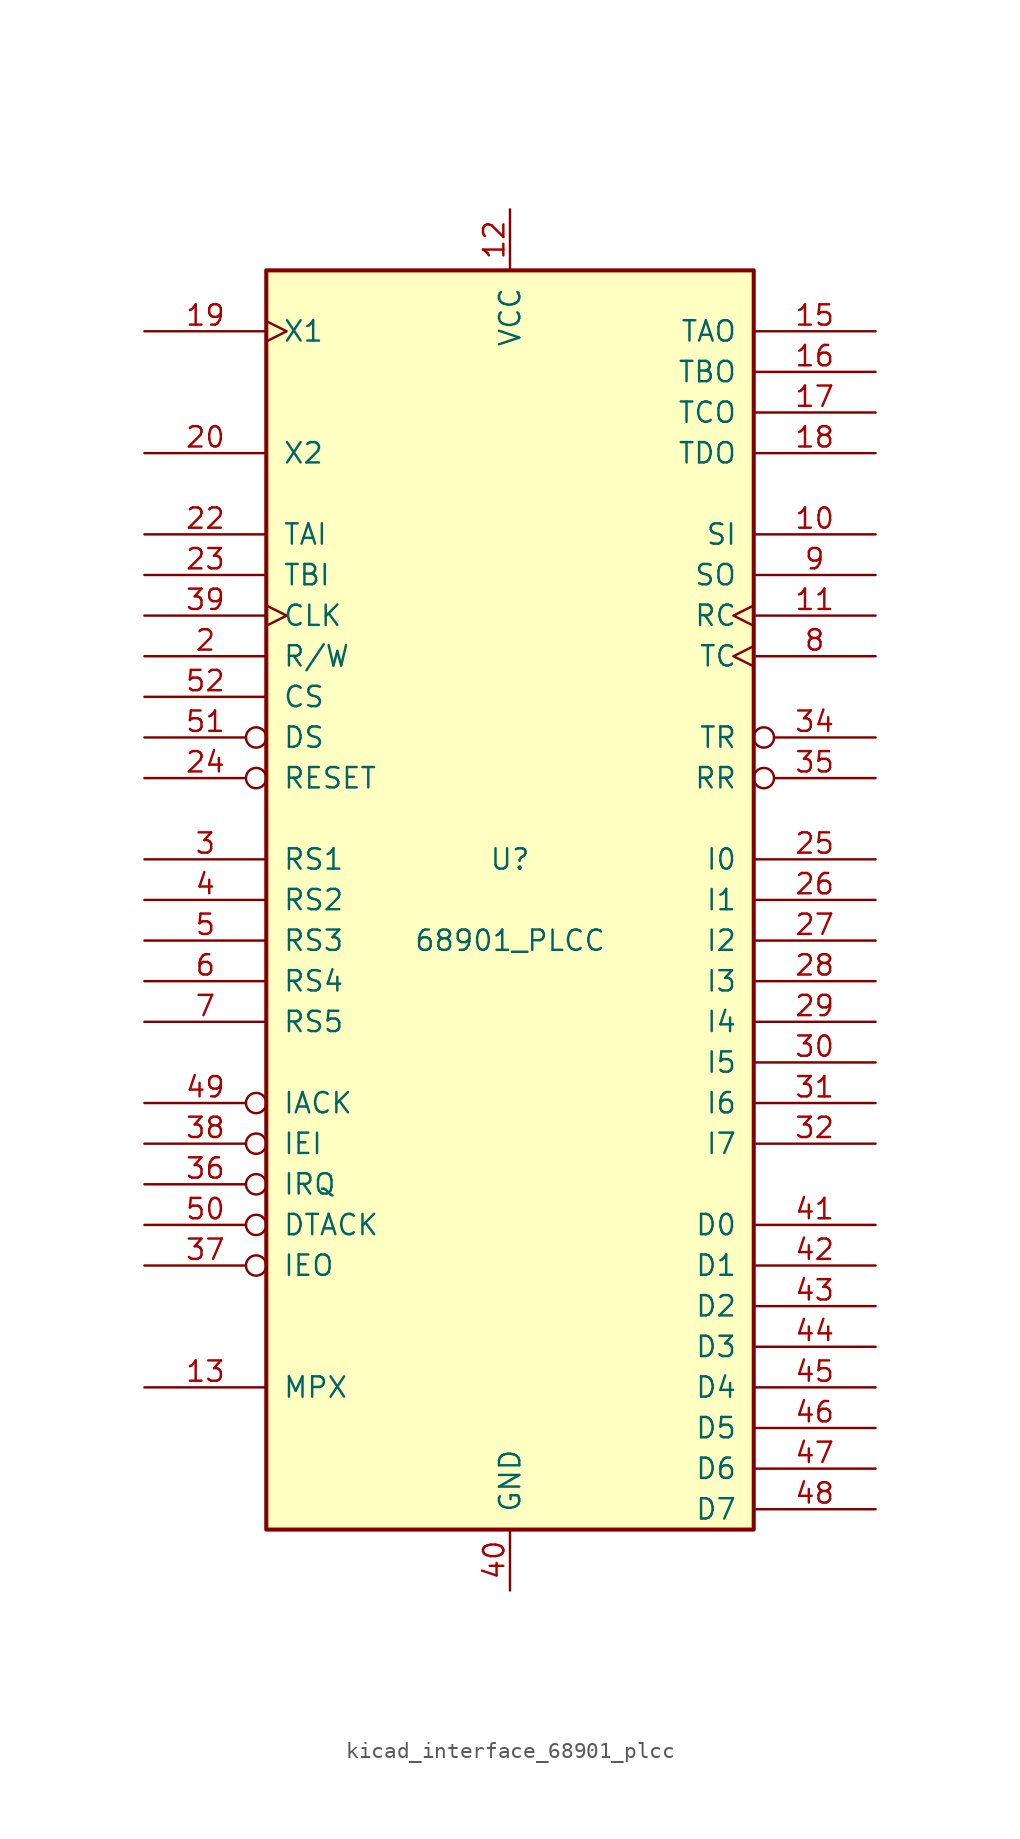
<source format=kicad_sym>
(kicad_symbol_lib
  (version 20220914)
  (generator kicad_symbol_editor)
  (symbol "kicad_interface_68901_plcc"
    (pin_names
      (offset 1.016))
    (property "Reference" "U"
      (at 0 2.54 0)
      (effects (font (size 1.27 1.27))))
    (property "Value" "68901_PLCC"
      (at 0 -2.54 0)
      (effects (font (size 1.27 1.27))))
    (symbol "kicad_interface_68901_plcc_0_1"
      (rectangle (start -15.24 -39.37) (end 15.24 39.37) (stroke (width 0.254) (type default)) (fill (type background))))
    (symbol "kicad_interface_68901_plcc_1_1"
      (pin input line (at 22.86 22.86 180) (length 7.62) (name "SI" (effects (font (size 1.27 1.27)))) (number "10" (effects (font (size 1.27 1.27)))))
      (pin input clock (at 22.86 17.78 180) (length 7.62) (name "RC" (effects (font (size 1.27 1.27)))) (number "11" (effects (font (size 1.27 1.27)))))
      (pin power_in line (at 0 43.18 270) (length 3.81) (name "VCC" (effects (font (size 1.27 1.27)))) (number "12" (effects (font (size 1.27 1.27)))))
      (pin input line (at -22.86 -30.48 0) (length 7.62) (name "MPX" (effects (font (size 1.27 1.27)))) (number "13" (effects (font (size 1.27 1.27)))))
      (pin output line (at 22.86 35.56 180) (length 7.62) (name "TAO" (effects (font (size 1.27 1.27)))) (number "15" (effects (font (size 1.27 1.27)))))
      (pin output line (at 22.86 33.02 180) (length 7.62) (name "TBO" (effects (font (size 1.27 1.27)))) (number "16" (effects (font (size 1.27 1.27)))))
      (pin output line (at 22.86 30.48 180) (length 7.62) (name "TCO" (effects (font (size 1.27 1.27)))) (number "17" (effects (font (size 1.27 1.27)))))
      (pin output line (at 22.86 27.94 180) (length 7.62) (name "TDO" (effects (font (size 1.27 1.27)))) (number "18" (effects (font (size 1.27 1.27)))))
      (pin input clock (at -22.86 35.56 0) (length 7.62) (name "X1" (effects (font (size 1.27 1.27)))) (number "19" (effects (font (size 1.27 1.27)))))
      (pin input line (at -22.86 15.24 0) (length 7.62) (name "R/W" (effects (font (size 1.27 1.27)))) (number "2" (effects (font (size 1.27 1.27)))))
      (pin input line (at -22.86 27.94 0) (length 7.62) (name "X2" (effects (font (size 1.27 1.27)))) (number "20" (effects (font (size 1.27 1.27)))))
      (pin input line (at -22.86 22.86 0) (length 7.62) (name "TAI" (effects (font (size 1.27 1.27)))) (number "22" (effects (font (size 1.27 1.27)))))
      (pin input line (at -22.86 20.32 0) (length 7.62) (name "TBI" (effects (font (size 1.27 1.27)))) (number "23" (effects (font (size 1.27 1.27)))))
      (pin input inverted (at -22.86 7.62 0) (length 7.62) (name "RESET" (effects (font (size 1.27 1.27)))) (number "24" (effects (font (size 1.27 1.27)))))
      (pin input line (at 22.86 2.54 180) (length 7.62) (name "I0" (effects (font (size 1.27 1.27)))) (number "25" (effects (font (size 1.27 1.27)))))
      (pin input line (at 22.86 0 180) (length 7.62) (name "I1" (effects (font (size 1.27 1.27)))) (number "26" (effects (font (size 1.27 1.27)))))
      (pin input line (at 22.86 -2.54 180) (length 7.62) (name "I2" (effects (font (size 1.27 1.27)))) (number "27" (effects (font (size 1.27 1.27)))))
      (pin input line (at 22.86 -5.08 180) (length 7.62) (name "I3" (effects (font (size 1.27 1.27)))) (number "28" (effects (font (size 1.27 1.27)))))
      (pin input line (at 22.86 -7.62 180) (length 7.62) (name "I4" (effects (font (size 1.27 1.27)))) (number "29" (effects (font (size 1.27 1.27)))))
      (pin input line (at -22.86 2.54 0) (length 7.62) (name "RS1" (effects (font (size 1.27 1.27)))) (number "3" (effects (font (size 1.27 1.27)))))
      (pin input line (at 22.86 -10.16 180) (length 7.62) (name "I5" (effects (font (size 1.27 1.27)))) (number "30" (effects (font (size 1.27 1.27)))))
      (pin input line (at 22.86 -12.7 180) (length 7.62) (name "I6" (effects (font (size 1.27 1.27)))) (number "31" (effects (font (size 1.27 1.27)))))
      (pin input line (at 22.86 -15.24 180) (length 7.62) (name "I7" (effects (font (size 1.27 1.27)))) (number "32" (effects (font (size 1.27 1.27)))))
      (pin output inverted (at 22.86 10.16 180) (length 7.62) (name "TR" (effects (font (size 1.27 1.27)))) (number "34" (effects (font (size 1.27 1.27)))))
      (pin output inverted (at 22.86 7.62 180) (length 7.62) (name "RR" (effects (font (size 1.27 1.27)))) (number "35" (effects (font (size 1.27 1.27)))))
      (pin output inverted (at -22.86 -17.78 0) (length 7.62) (name "IRQ" (effects (font (size 1.27 1.27)))) (number "36" (effects (font (size 1.27 1.27)))))
      (pin output inverted (at -22.86 -22.86 0) (length 7.62) (name "IEO" (effects (font (size 1.27 1.27)))) (number "37" (effects (font (size 1.27 1.27)))))
      (pin input inverted (at -22.86 -15.24 0) (length 7.62) (name "IEI" (effects (font (size 1.27 1.27)))) (number "38" (effects (font (size 1.27 1.27)))))
      (pin input clock (at -22.86 17.78 0) (length 7.62) (name "CLK" (effects (font (size 1.27 1.27)))) (number "39" (effects (font (size 1.27 1.27)))))
      (pin input line (at -22.86 0 0) (length 7.62) (name "RS2" (effects (font (size 1.27 1.27)))) (number "4" (effects (font (size 1.27 1.27)))))
      (pin power_in line (at 0 -43.18 90) (length 3.81) (name "GND" (effects (font (size 1.27 1.27)))) (number "40" (effects (font (size 1.27 1.27)))))
      (pin input line (at 22.86 -20.32 180) (length 7.62) (name "D0" (effects (font (size 1.27 1.27)))) (number "41" (effects (font (size 1.27 1.27)))))
      (pin input line (at 22.86 -22.86 180) (length 7.62) (name "D1" (effects (font (size 1.27 1.27)))) (number "42" (effects (font (size 1.27 1.27)))))
      (pin input line (at 22.86 -25.4 180) (length 7.62) (name "D2" (effects (font (size 1.27 1.27)))) (number "43" (effects (font (size 1.27 1.27)))))
      (pin input line (at 22.86 -27.94 180) (length 7.62) (name "D3" (effects (font (size 1.27 1.27)))) (number "44" (effects (font (size 1.27 1.27)))))
      (pin input line (at 22.86 -30.48 180) (length 7.62) (name "D4" (effects (font (size 1.27 1.27)))) (number "45" (effects (font (size 1.27 1.27)))))
      (pin input line (at 22.86 -33.02 180) (length 7.62) (name "D5" (effects (font (size 1.27 1.27)))) (number "46" (effects (font (size 1.27 1.27)))))
      (pin input line (at 22.86 -35.56 180) (length 7.62) (name "D6" (effects (font (size 1.27 1.27)))) (number "47" (effects (font (size 1.27 1.27)))))
      (pin input line (at 22.86 -38.1 180) (length 7.62) (name "D7" (effects (font (size 1.27 1.27)))) (number "48" (effects (font (size 1.27 1.27)))))
      (pin input inverted (at -22.86 -12.7 0) (length 7.62) (name "IACK" (effects (font (size 1.27 1.27)))) (number "49" (effects (font (size 1.27 1.27)))))
      (pin input line (at -22.86 -2.54 0) (length 7.62) (name "RS3" (effects (font (size 1.27 1.27)))) (number "5" (effects (font (size 1.27 1.27)))))
      (pin output inverted (at -22.86 -20.32 0) (length 7.62) (name "DTACK" (effects (font (size 1.27 1.27)))) (number "50" (effects (font (size 1.27 1.27)))))
      (pin input inverted (at -22.86 10.16 0) (length 7.62) (name "DS" (effects (font (size 1.27 1.27)))) (number "51" (effects (font (size 1.27 1.27)))))
      (pin input line (at -22.86 12.7 0) (length 7.62) (name "CS" (effects (font (size 1.27 1.27)))) (number "52" (effects (font (size 1.27 1.27)))))
      (pin input line (at -22.86 -5.08 0) (length 7.62) (name "RS4" (effects (font (size 1.27 1.27)))) (number "6" (effects (font (size 1.27 1.27)))))
      (pin input line (at -22.86 -7.62 0) (length 7.62) (name "RS5" (effects (font (size 1.27 1.27)))) (number "7" (effects (font (size 1.27 1.27)))))
      (pin input clock (at 22.86 15.24 180) (length 7.62) (name "TC" (effects (font (size 1.27 1.27)))) (number "8" (effects (font (size 1.27 1.27)))))
      (pin output line (at 22.86 20.32 180) (length 7.62) (name "SO" (effects (font (size 1.27 1.27)))) (number "9" (effects (font (size 1.27 1.27))))))))
</source>
